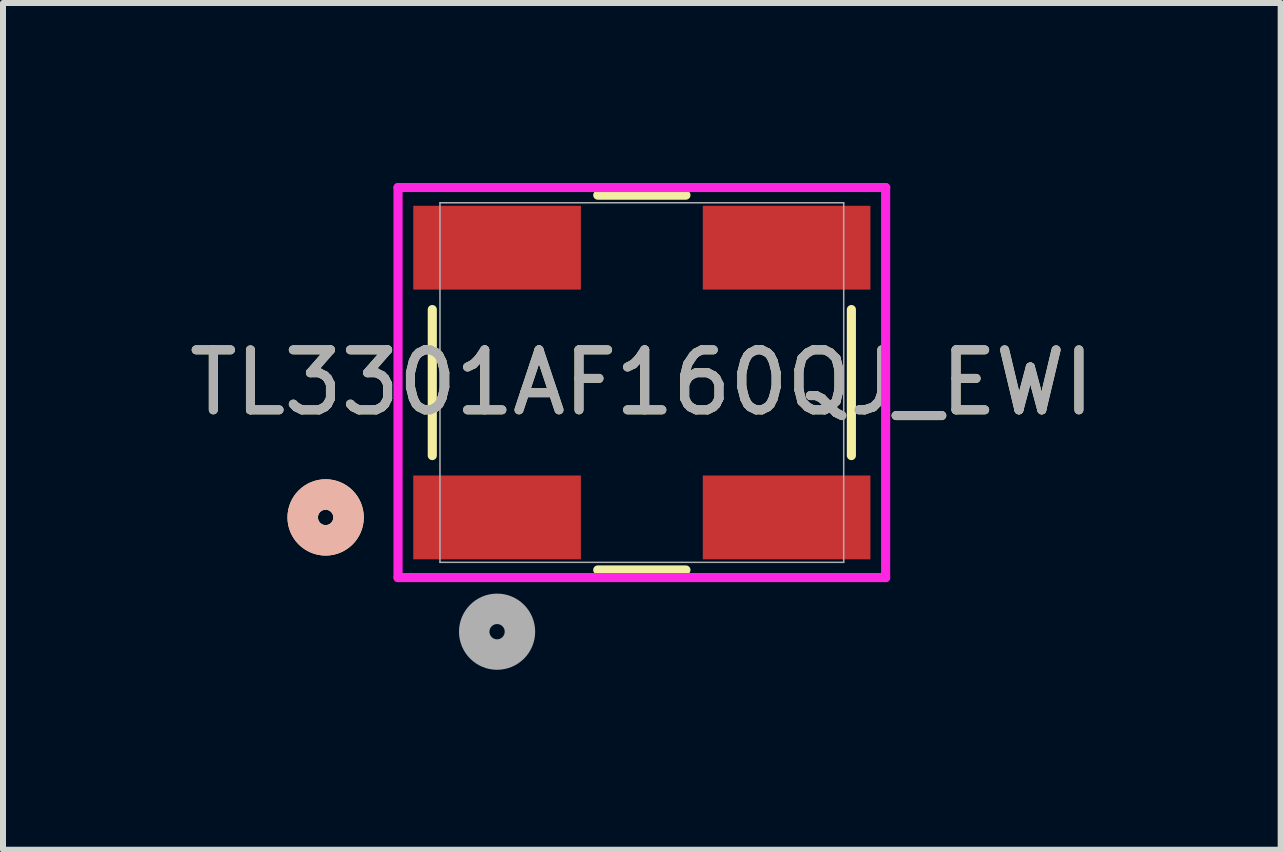
<source format=kicad_pcb>
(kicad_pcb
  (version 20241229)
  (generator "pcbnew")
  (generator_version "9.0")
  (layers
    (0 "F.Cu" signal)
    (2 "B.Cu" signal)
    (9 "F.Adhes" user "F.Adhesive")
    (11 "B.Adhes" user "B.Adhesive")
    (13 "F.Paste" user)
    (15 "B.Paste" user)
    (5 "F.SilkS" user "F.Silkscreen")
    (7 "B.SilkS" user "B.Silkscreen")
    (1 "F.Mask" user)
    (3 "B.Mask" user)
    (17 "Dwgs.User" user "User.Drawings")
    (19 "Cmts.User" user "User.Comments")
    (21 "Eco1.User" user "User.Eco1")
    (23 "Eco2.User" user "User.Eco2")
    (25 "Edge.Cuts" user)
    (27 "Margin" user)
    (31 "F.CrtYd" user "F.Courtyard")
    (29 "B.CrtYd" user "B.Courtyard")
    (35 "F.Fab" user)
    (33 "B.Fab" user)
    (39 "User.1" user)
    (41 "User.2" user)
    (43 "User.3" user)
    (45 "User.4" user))
  (footprint "TL3301AF160QJ_EWI"
    (layer "F.Cu")
    (at 7.649 3.327)
    (property "Reference" "TL3301AF160QJ_EWI" (at 0 0 0) (unlocked yes) (layer "F.SilkS") (effects (font (size 1 1) (thickness 0.15))))
    (attr smd)
    (fp_line (start -3.493 -1.217) (end -3.493 1.217) (stroke (width 0.152) (type solid)) (layer "F.SilkS"))
    (fp_line (start -0.735 3.124) (end 0.735 3.124) (stroke (width 0.152) (type solid)) (layer "F.SilkS"))
    (fp_line (start 0.735 -3.124) (end -0.735 -3.124) (stroke (width 0.152) (type solid)) (layer "F.SilkS"))
    (fp_line (start 3.493 1.217) (end 3.493 -1.217) (stroke (width 0.152) (type solid)) (layer "F.SilkS"))
    (fp_circle (center -5.271 2.248) (end -4.889 2.248) (stroke (width 0.508) (type solid)) (fill no) (layer "F.SilkS"))
    (fp_circle (center -5.271 2.248) (end -4.889 2.248) (stroke (width 0.508) (type solid)) (fill no) (layer "B.SilkS"))
    (fp_line (start -4.064 -3.251) (end -4.064 3.251) (stroke (width 0.152) (type solid)) (layer "F.CrtYd"))
    (fp_line (start -4.064 3.251) (end 4.064 3.251) (stroke (width 0.152) (type solid)) (layer "F.CrtYd"))
    (fp_line (start 4.064 -3.251) (end -4.064 -3.251) (stroke (width 0.152) (type solid)) (layer "F.CrtYd"))
    (fp_line (start 4.064 3.251) (end 4.064 -3.251) (stroke (width 0.152) (type solid)) (layer "F.CrtYd"))
    (fp_line (start -3.365 -2.997) (end -3.365 2.997) (stroke (width 0.025) (type solid)) (layer "F.Fab"))
    (fp_line (start -3.365 2.997) (end 3.365 2.997) (stroke (width 0.025) (type solid)) (layer "F.Fab"))
    (fp_line (start 3.365 -2.997) (end -3.365 -2.997) (stroke (width 0.025) (type solid)) (layer "F.Fab"))
    (fp_line (start 3.365 2.997) (end 3.365 -2.997) (stroke (width 0.025) (type solid)) (layer "F.Fab"))
    (fp_circle (center -2.413 4.153) (end -2.032 4.153) (stroke (width 0.508) (type solid)) (fill no) (layer "F.Fab"))
    (fp_text user "${REFERENCE}" (at 0 0 0) (unlocked yes) (layer "F.Fab") (effects (font (size 1 1) (thickness 0.15))))
    (pad "1" smd rect (at -2.413 2.248) (size 2.794 1.397) (layers "F.Cu" "F.Mask" "F.Paste"))
    (pad "2" smd rect (at 2.413 2.248) (size 2.794 1.397) (layers "F.Cu" "F.Mask" "F.Paste"))
    (pad "3" smd rect (at -2.413 -2.248) (size 2.794 1.397) (layers "F.Cu" "F.Mask" "F.Paste"))
    (pad "4" smd rect (at 2.413 -2.248) (size 2.794 1.397) (layers "F.Cu" "F.Mask" "F.Paste")))
  (gr_rect
    (start -3 -3)
    (end 18.298 11.115)
    (stroke (width 0.1) (type default))
    (fill no)
    (layer "Edge.Cuts")))
</source>
